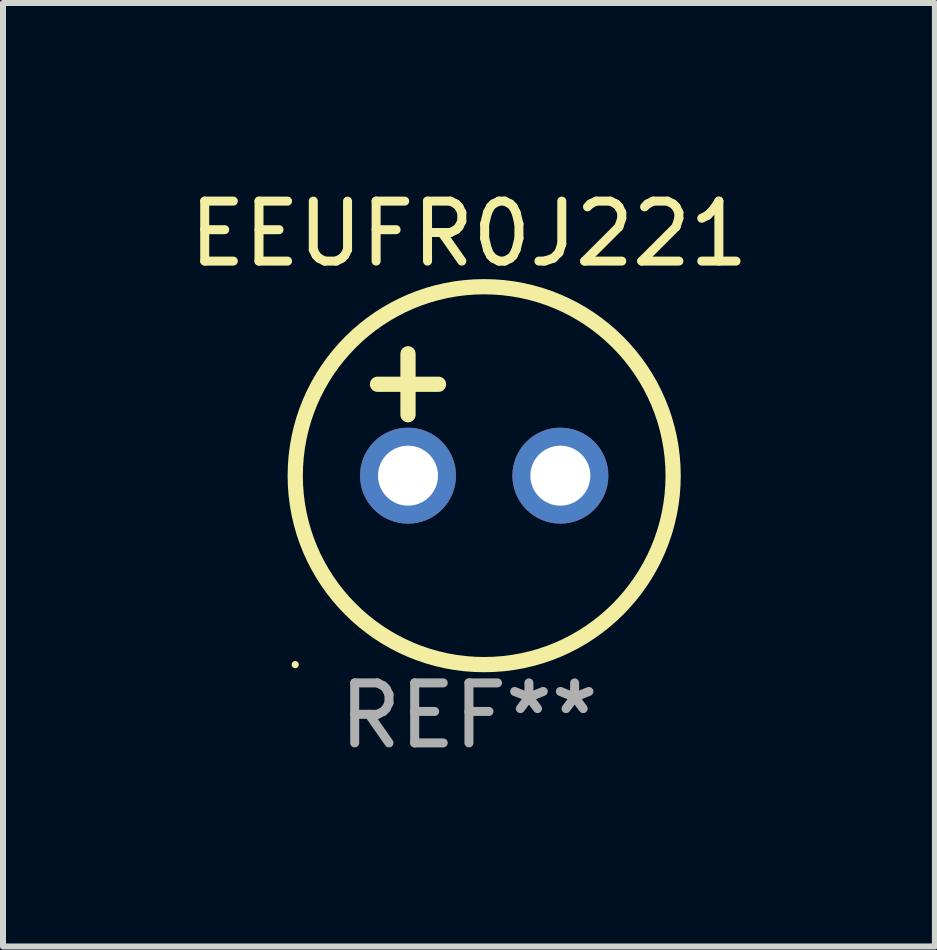
<source format=kicad_pcb>
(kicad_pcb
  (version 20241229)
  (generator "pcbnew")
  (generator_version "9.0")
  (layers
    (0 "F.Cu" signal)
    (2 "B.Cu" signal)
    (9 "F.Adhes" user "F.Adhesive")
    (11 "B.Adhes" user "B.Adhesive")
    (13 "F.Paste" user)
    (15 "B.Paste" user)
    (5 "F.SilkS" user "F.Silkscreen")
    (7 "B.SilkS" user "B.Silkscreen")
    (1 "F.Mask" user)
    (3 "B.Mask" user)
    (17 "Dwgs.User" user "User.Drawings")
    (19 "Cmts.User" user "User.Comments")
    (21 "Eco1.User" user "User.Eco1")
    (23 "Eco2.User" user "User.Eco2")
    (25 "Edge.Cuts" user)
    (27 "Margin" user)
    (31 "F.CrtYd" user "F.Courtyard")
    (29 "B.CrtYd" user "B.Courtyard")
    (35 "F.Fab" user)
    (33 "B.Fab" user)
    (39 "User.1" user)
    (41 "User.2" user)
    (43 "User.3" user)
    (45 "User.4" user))
  (footprint "EEUFR0J221"
    (layer "F.Cu")
    (at 4.768 3.864)
    (property "Reference" "EEUFR0J221" (at 0 -3.016 0) (layer "F.SilkS") (effects (font (size 1 1) (thickness 0.15))))
    (attr through_hole)
    (fp_line (start -1.524 -0.508) (end -0.508 -0.508) (stroke (width 0.254) (type solid)) (layer "F.SilkS"))
    (fp_line (start -1.016 -1.016) (end -1.016 0) (stroke (width 0.254) (type solid)) (layer "F.SilkS"))
    (fp_circle (center -2.896 4.166) (end -2.866 4.166) (stroke (width 0.06) (type solid)) (fill no) (layer "F.SilkS"))
    (fp_circle (center 0.254 1.016) (end 3.404 1.016) (stroke (width 0.254) (type solid)) (fill no) (layer "F.SilkS"))
    (fp_text user "REF**" (at 0 5.016 0) (layer "F.Fab") (effects (font (size 1 1) (thickness 0.15))))
    (pad "1" thru_hole circle (at -1.016 1.016) (size 1.6 1.6) (drill 1) (layers "*.Cu" "*.Mask"))
    (pad "2" thru_hole circle (at 1.524 1.016) (size 1.6 1.6) (drill 1) (layers "*.Cu" "*.Mask")))
  (gr_rect
    (start -3 -3)
    (end 12.536 12.729)
    (stroke (width 0.1) (type default))
    (fill no)
    (layer "Edge.Cuts")))
</source>
